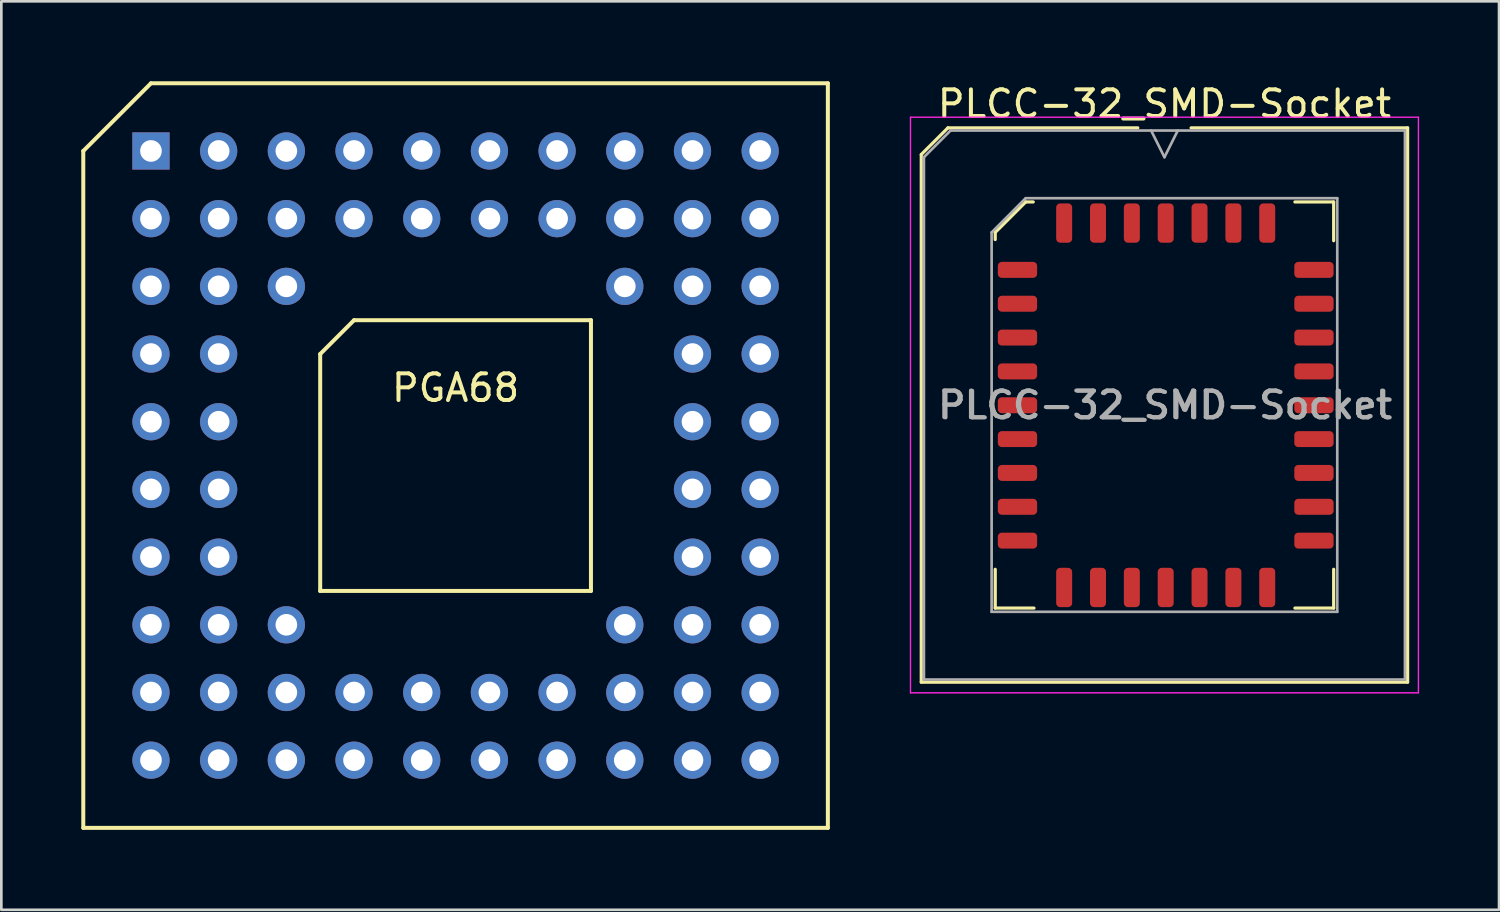
<source format=kicad_pcb>
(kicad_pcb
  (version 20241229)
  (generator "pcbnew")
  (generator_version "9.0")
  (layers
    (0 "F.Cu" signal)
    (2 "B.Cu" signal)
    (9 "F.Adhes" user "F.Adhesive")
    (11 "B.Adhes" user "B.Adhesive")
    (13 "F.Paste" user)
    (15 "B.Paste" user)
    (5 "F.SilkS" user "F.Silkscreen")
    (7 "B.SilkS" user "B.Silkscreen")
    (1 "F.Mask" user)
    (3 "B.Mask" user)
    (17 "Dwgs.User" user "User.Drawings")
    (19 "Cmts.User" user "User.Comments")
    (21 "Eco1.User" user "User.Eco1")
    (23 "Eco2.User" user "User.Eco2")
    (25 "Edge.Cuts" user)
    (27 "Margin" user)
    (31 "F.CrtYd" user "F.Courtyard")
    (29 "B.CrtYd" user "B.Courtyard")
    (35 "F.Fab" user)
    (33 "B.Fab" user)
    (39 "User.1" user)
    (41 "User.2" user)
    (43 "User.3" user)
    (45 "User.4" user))
  (footprint "PLCC-32_SMD-Socket"
    (layer "F.Cu")
    (at 41.915 7.068)
    (property "Reference" "PLCC-32_SMD-Socket" (at -1.27 -6.22 0) (layer "F.SilkS") (effects (font (size 1 1) (thickness 0.15))))
    (attr through_hole)
    (fp_line (start -10.395 -4.32) (end -10.395 15.48) (stroke (width 0.12) (type solid)) (layer "F.SilkS"))
    (fp_line (start -10.395 15.48) (end 7.855 15.48) (stroke (width 0.12) (type solid)) (layer "F.SilkS"))
    (fp_line (start -9.395 -5.32) (end -10.395 -4.32) (stroke (width 0.12) (type solid)) (layer "F.SilkS"))
    (fp_line (start -7.62 -1.411) (end -7.62 -1.129) (stroke (width 0.12) (type solid)) (layer "F.SilkS"))
    (fp_line (start -7.62 12.7) (end -7.62 11.245) (stroke (width 0.12) (type solid)) (layer "F.SilkS"))
    (fp_line (start -6.477 -2.54) (end -7.62 -1.397) (stroke (width 0.12) (type solid)) (layer "F.SilkS"))
    (fp_line (start -6.194 -2.54) (end -6.477 -2.54) (stroke (width 0.12) (type solid)) (layer "F.SilkS"))
    (fp_line (start -6.165 12.7) (end -7.62 12.7) (stroke (width 0.12) (type solid)) (layer "F.SilkS"))
    (fp_line (start -2.27 -5.32) (end -9.395 -5.32) (stroke (width 0.12) (type solid)) (layer "F.SilkS"))
    (fp_line (start 3.625 -2.54) (end 5.08 -2.54) (stroke (width 0.12) (type solid)) (layer "F.SilkS"))
    (fp_line (start 3.625 12.7) (end 5.08 12.7) (stroke (width 0.12) (type solid)) (layer "F.SilkS"))
    (fp_line (start 5.08 -2.54) (end 5.08 -1.085) (stroke (width 0.12) (type solid)) (layer "F.SilkS"))
    (fp_line (start 5.08 12.7) (end 5.08 11.245) (stroke (width 0.12) (type solid)) (layer "F.SilkS"))
    (fp_line (start 7.855 -5.32) (end -0.27 -5.32) (stroke (width 0.12) (type solid)) (layer "F.SilkS"))
    (fp_line (start 7.855 15.48) (end 7.855 -5.32) (stroke (width 0.12) (type solid)) (layer "F.SilkS"))
    (fp_line (start -10.8 -5.72) (end -10.8 15.88) (stroke (width 0.05) (type solid)) (layer "F.CrtYd"))
    (fp_line (start -10.8 15.88) (end 8.26 15.88) (stroke (width 0.05) (type solid)) (layer "F.CrtYd"))
    (fp_line (start 8.26 -5.72) (end -10.8 -5.72) (stroke (width 0.05) (type solid)) (layer "F.CrtYd"))
    (fp_line (start 8.26 15.88) (end 8.26 -5.72) (stroke (width 0.05) (type solid)) (layer "F.CrtYd"))
    (fp_line (start -10.295 -4.22) (end -10.295 15.38) (stroke (width 0.1) (type solid)) (layer "F.Fab"))
    (fp_line (start -10.295 15.38) (end 7.755 15.38) (stroke (width 0.1) (type solid)) (layer "F.Fab"))
    (fp_line (start -9.295 -5.22) (end -10.295 -4.22) (stroke (width 0.1) (type solid)) (layer "F.Fab"))
    (fp_line (start -7.755 -1.397) (end -7.755 12.84) (stroke (width 0.1) (type solid)) (layer "F.Fab"))
    (fp_line (start -7.755 -1.397) (end -6.477 -2.68) (stroke (width 0.1) (type solid)) (layer "F.Fab"))
    (fp_line (start -7.755 12.84) (end 5.215 12.84) (stroke (width 0.1) (type solid)) (layer "F.Fab"))
    (fp_line (start -1.77 -5.22) (end -1.27 -4.22) (stroke (width 0.1) (type solid)) (layer "F.Fab"))
    (fp_line (start -1.27 -4.22) (end -0.77 -5.22) (stroke (width 0.1) (type solid)) (layer "F.Fab"))
    (fp_line (start 5.215 -2.68) (end -6.477 -2.68) (stroke (width 0.1) (type solid)) (layer "F.Fab"))
    (fp_line (start 5.215 12.84) (end 5.215 -2.68) (stroke (width 0.1) (type solid)) (layer "F.Fab"))
    (fp_line (start 7.755 -5.22) (end -9.295 -5.22) (stroke (width 0.1) (type solid)) (layer "F.Fab"))
    (fp_line (start 7.755 15.38) (end 7.755 -5.22) (stroke (width 0.1) (type solid)) (layer "F.Fab"))
    (fp_text user "${REFERENCE}" (at -1.27 5.08 0) (layer "F.Fab") (effects (font (size 1 1) (thickness 0.15))))
    (fp_text user "${REFERENCE}" (at -1.223 5.089 0) (layer "F.Fab") (effects (font (size 1 1) (thickness 0.15))))
    (pad "1" smd roundrect (at -1.223 -1.748) (size 0.6 1.475) (layers "F.Cu" "F.Mask" "F.Paste") (roundrect_rratio 0.25))
    (pad "2" smd roundrect (at -2.493 -1.748) (size 0.6 1.475) (layers "F.Cu" "F.Mask" "F.Paste") (roundrect_rratio 0.25))
    (pad "3" smd roundrect (at -3.763 -1.748) (size 0.6 1.475) (layers "F.Cu" "F.Mask" "F.Paste") (roundrect_rratio 0.25))
    (pad "4" smd roundrect (at -5.033 -1.748) (size 0.6 1.475) (layers "F.Cu" "F.Mask" "F.Paste") (roundrect_rratio 0.25))
    (pad "5" smd roundrect (at -6.785 0.009) (size 1.475 0.6) (layers "F.Cu" "F.Mask" "F.Paste") (roundrect_rratio 0.25))
    (pad "6" smd roundrect (at -6.785 1.279) (size 1.475 0.6) (layers "F.Cu" "F.Mask" "F.Paste") (roundrect_rratio 0.25))
    (pad "7" smd roundrect (at -6.785 2.549) (size 1.475 0.6) (layers "F.Cu" "F.Mask" "F.Paste") (roundrect_rratio 0.25))
    (pad "8" smd roundrect (at -6.785 3.819) (size 1.475 0.6) (layers "F.Cu" "F.Mask" "F.Paste") (roundrect_rratio 0.25))
    (pad "9" smd roundrect (at -6.785 5.089) (size 1.475 0.6) (layers "F.Cu" "F.Mask" "F.Paste") (roundrect_rratio 0.25))
    (pad "10" smd roundrect (at -6.785 6.359) (size 1.475 0.6) (layers "F.Cu" "F.Mask" "F.Paste") (roundrect_rratio 0.25))
    (pad "11" smd roundrect (at -6.785 7.629) (size 1.475 0.6) (layers "F.Cu" "F.Mask" "F.Paste") (roundrect_rratio 0.25))
    (pad "12" smd roundrect (at -6.785 8.899) (size 1.475 0.6) (layers "F.Cu" "F.Mask" "F.Paste") (roundrect_rratio 0.25))
    (pad "13" smd roundrect (at -6.785 10.169) (size 1.475 0.6) (layers "F.Cu" "F.Mask" "F.Paste") (roundrect_rratio 0.25))
    (pad "14" smd roundrect (at -5.033 11.927) (size 0.6 1.475) (layers "F.Cu" "F.Mask" "F.Paste") (roundrect_rratio 0.25))
    (pad "15" smd roundrect (at -3.763 11.927) (size 0.6 1.475) (layers "F.Cu" "F.Mask" "F.Paste") (roundrect_rratio 0.25))
    (pad "16" smd roundrect (at -2.493 11.927) (size 0.6 1.475) (layers "F.Cu" "F.Mask" "F.Paste") (roundrect_rratio 0.25))
    (pad "17" smd roundrect (at -1.223 11.927) (size 0.6 1.475) (layers "F.Cu" "F.Mask" "F.Paste") (roundrect_rratio 0.25))
    (pad "18" smd roundrect (at 0.047 11.927) (size 0.6 1.475) (layers "F.Cu" "F.Mask" "F.Paste") (roundrect_rratio 0.25))
    (pad "19" smd roundrect (at 1.317 11.927) (size 0.6 1.475) (layers "F.Cu" "F.Mask" "F.Paste") (roundrect_rratio 0.25))
    (pad "20" smd roundrect (at 2.587 11.927) (size 0.6 1.475) (layers "F.Cu" "F.Mask" "F.Paste") (roundrect_rratio 0.25))
    (pad "21" smd roundrect (at 4.34 10.169) (size 1.475 0.6) (layers "F.Cu" "F.Mask" "F.Paste") (roundrect_rratio 0.25))
    (pad "22" smd roundrect (at 4.34 8.899) (size 1.475 0.6) (layers "F.Cu" "F.Mask" "F.Paste") (roundrect_rratio 0.25))
    (pad "23" smd roundrect (at 4.34 7.629) (size 1.475 0.6) (layers "F.Cu" "F.Mask" "F.Paste") (roundrect_rratio 0.25))
    (pad "24" smd roundrect (at 4.34 6.359) (size 1.475 0.6) (layers "F.Cu" "F.Mask" "F.Paste") (roundrect_rratio 0.25))
    (pad "25" smd roundrect (at 4.34 5.089) (size 1.475 0.6) (layers "F.Cu" "F.Mask" "F.Paste") (roundrect_rratio 0.25))
    (pad "26" smd roundrect (at 4.34 3.819) (size 1.475 0.6) (layers "F.Cu" "F.Mask" "F.Paste") (roundrect_rratio 0.25))
    (pad "27" smd roundrect (at 4.34 2.549) (size 1.475 0.6) (layers "F.Cu" "F.Mask" "F.Paste") (roundrect_rratio 0.25))
    (pad "28" smd roundrect (at 4.34 1.279) (size 1.475 0.6) (layers "F.Cu" "F.Mask" "F.Paste") (roundrect_rratio 0.25))
    (pad "29" smd roundrect (at 4.34 0.009) (size 1.475 0.6) (layers "F.Cu" "F.Mask" "F.Paste") (roundrect_rratio 0.25))
    (pad "30" smd roundrect (at 2.587 -1.748) (size 0.6 1.475) (layers "F.Cu" "F.Mask" "F.Paste") (roundrect_rratio 0.25))
    (pad "31" smd roundrect (at 1.317 -1.748) (size 0.6 1.475) (layers "F.Cu" "F.Mask" "F.Paste") (roundrect_rratio 0.25))
    (pad "32" smd roundrect (at 0.047 -1.748) (size 0.6 1.475) (layers "F.Cu" "F.Mask" "F.Paste") (roundrect_rratio 0.25)))
  (footprint "PGA68"
    (layer "F.Cu")
    (at 14.045 14.045)
    (property "Reference" "PGA68" (at 0 -2.54 0) (layer "F.SilkS") (effects (font (size 1 1) (thickness 0.15))))
    (attr through_hole)
    (fp_line (start -13.97 13.97) (end -13.97 -11.43) (stroke (width 0.15) (type solid)) (layer "F.SilkS"))
    (fp_line (start -11.43 -13.97) (end -13.97 -11.43) (stroke (width 0.15) (type default)) (layer "F.SilkS"))
    (fp_line (start -11.43 -13.97) (end 13.97 -13.97) (stroke (width 0.15) (type solid)) (layer "F.SilkS"))
    (fp_line (start -5.08 -3.81) (end -3.81 -5.08) (stroke (width 0.15) (type solid)) (layer "F.SilkS"))
    (fp_line (start -5.08 5.08) (end -5.08 -3.81) (stroke (width 0.15) (type solid)) (layer "F.SilkS"))
    (fp_line (start -3.81 -5.08) (end 5.08 -5.08) (stroke (width 0.15) (type solid)) (layer "F.SilkS"))
    (fp_line (start 5.08 -5.08) (end 5.08 5.08) (stroke (width 0.15) (type solid)) (layer "F.SilkS"))
    (fp_line (start 5.08 5.08) (end -5.08 5.08) (stroke (width 0.15) (type solid)) (layer "F.SilkS"))
    (fp_line (start 13.97 -13.97) (end 13.97 13.97) (stroke (width 0.15) (type solid)) (layer "F.SilkS"))
    (fp_line (start 13.97 13.97) (end -13.97 13.97) (stroke (width 0.15) (type solid)) (layer "F.SilkS"))
    (pad "A1" thru_hole rect (at -11.43 -11.43) (size 1.397 1.397) (drill 0.813) (layers "*.Cu" "*.Mask"))
    (pad "A2" thru_hole circle (at -8.89 -11.43) (size 1.397 1.397) (drill 0.813) (layers "*.Cu" "*.Mask"))
    (pad "A3" thru_hole circle (at -6.35 -11.43) (size 1.397 1.397) (drill 0.813) (layers "*.Cu" "*.Mask"))
    (pad "A4" thru_hole circle (at -3.81 -11.43) (size 1.397 1.397) (drill 0.813) (layers "*.Cu" "*.Mask"))
    (pad "A5" thru_hole circle (at -1.27 -11.43) (size 1.397 1.397) (drill 0.813) (layers "*.Cu" "*.Mask"))
    (pad "A6" thru_hole circle (at 1.27 -11.43) (size 1.397 1.397) (drill 0.813) (layers "*.Cu" "*.Mask"))
    (pad "A7" thru_hole circle (at 3.81 -11.43) (size 1.397 1.397) (drill 0.813) (layers "*.Cu" "*.Mask"))
    (pad "A8" thru_hole circle (at 6.35 -11.43) (size 1.397 1.397) (drill 0.813) (layers "*.Cu" "*.Mask"))
    (pad "A9" thru_hole circle (at 8.89 -11.43) (size 1.397 1.397) (drill 0.813) (layers "*.Cu" "*.Mask"))
    (pad "A10" thru_hole circle (at 11.43 -11.43) (size 1.397 1.397) (drill 0.813) (layers "*.Cu" "*.Mask"))
    (pad "B1" thru_hole circle (at -11.43 -8.89) (size 1.397 1.397) (drill 0.813) (layers "*.Cu" "*.Mask"))
    (pad "B2" thru_hole circle (at -8.89 -8.89) (size 1.397 1.397) (drill 0.813) (layers "*.Cu" "*.Mask"))
    (pad "B3" thru_hole circle (at -6.35 -8.89) (size 1.397 1.397) (drill 0.813) (layers "*.Cu" "*.Mask"))
    (pad "B4" thru_hole circle (at -3.81 -8.89) (size 1.397 1.397) (drill 0.813) (layers "*.Cu" "*.Mask"))
    (pad "B5" thru_hole circle (at -1.27 -8.89) (size 1.397 1.397) (drill 0.813) (layers "*.Cu" "*.Mask"))
    (pad "B6" thru_hole circle (at 1.27 -8.89) (size 1.397 1.397) (drill 0.813) (layers "*.Cu" "*.Mask"))
    (pad "B7" thru_hole circle (at 3.81 -8.89) (size 1.397 1.397) (drill 0.813) (layers "*.Cu" "*.Mask"))
    (pad "B8" thru_hole circle (at 6.35 -8.89) (size 1.397 1.397) (drill 0.813) (layers "*.Cu" "*.Mask"))
    (pad "B9" thru_hole circle (at 8.89 -8.89) (size 1.397 1.397) (drill 0.813) (layers "*.Cu" "*.Mask"))
    (pad "B10" thru_hole circle (at 11.43 -8.89) (size 1.397 1.397) (drill 0.813) (layers "*.Cu" "*.Mask"))
    (pad "C1" thru_hole circle (at -11.43 -6.35) (size 1.397 1.397) (drill 0.813) (layers "*.Cu" "*.Mask"))
    (pad "C2" thru_hole circle (at -8.89 -6.35) (size 1.397 1.397) (drill 0.813) (layers "*.Cu" "*.Mask"))
    (pad "C3" thru_hole circle (at -6.35 -6.35) (size 1.397 1.397) (drill 0.813) (layers "*.Cu" "*.Mask"))
    (pad "C8" thru_hole circle (at 6.35 -6.35) (size 1.397 1.397) (drill 0.813) (layers "*.Cu" "*.Mask"))
    (pad "C9" thru_hole circle (at 8.89 -6.35) (size 1.397 1.397) (drill 0.813) (layers "*.Cu" "*.Mask"))
    (pad "C10" thru_hole circle (at 11.43 -6.35) (size 1.397 1.397) (drill 0.813) (layers "*.Cu" "*.Mask"))
    (pad "D1" thru_hole circle (at -11.43 -3.81) (size 1.397 1.397) (drill 0.813) (layers "*.Cu" "*.Mask"))
    (pad "D2" thru_hole circle (at -8.89 -3.81) (size 1.397 1.397) (drill 0.813) (layers "*.Cu" "*.Mask"))
    (pad "D9" thru_hole circle (at 8.89 -3.81) (size 1.397 1.397) (drill 0.813) (layers "*.Cu" "*.Mask"))
    (pad "D10" thru_hole circle (at 11.43 -3.81) (size 1.397 1.397) (drill 0.813) (layers "*.Cu" "*.Mask"))
    (pad "E1" thru_hole circle (at -11.43 -1.27) (size 1.397 1.397) (drill 0.813) (layers "*.Cu" "*.Mask"))
    (pad "E2" thru_hole circle (at -8.89 -1.27) (size 1.397 1.397) (drill 0.813) (layers "*.Cu" "*.Mask"))
    (pad "E9" thru_hole circle (at 8.89 -1.27) (size 1.397 1.397) (drill 0.813) (layers "*.Cu" "*.Mask"))
    (pad "E10" thru_hole circle (at 11.43 -1.27) (size 1.397 1.397) (drill 0.813) (layers "*.Cu" "*.Mask"))
    (pad "F1" thru_hole circle (at -11.43 1.27) (size 1.397 1.397) (drill 0.813) (layers "*.Cu" "*.Mask"))
    (pad "F2" thru_hole circle (at -8.89 1.27) (size 1.397 1.397) (drill 0.813) (layers "*.Cu" "*.Mask"))
    (pad "F9" thru_hole circle (at 8.89 1.27) (size 1.397 1.397) (drill 0.813) (layers "*.Cu" "*.Mask"))
    (pad "F10" thru_hole circle (at 11.43 1.27) (size 1.397 1.397) (drill 0.813) (layers "*.Cu" "*.Mask"))
    (pad "G1" thru_hole circle (at -11.43 3.81) (size 1.397 1.397) (drill 0.813) (layers "*.Cu" "*.Mask"))
    (pad "G2" thru_hole circle (at -8.89 3.81) (size 1.397 1.397) (drill 0.813) (layers "*.Cu" "*.Mask"))
    (pad "G9" thru_hole circle (at 8.89 3.81) (size 1.397 1.397) (drill 0.813) (layers "*.Cu" "*.Mask"))
    (pad "G10" thru_hole circle (at 11.43 3.81) (size 1.397 1.397) (drill 0.813) (layers "*.Cu" "*.Mask"))
    (pad "H1" thru_hole circle (at -11.43 6.35) (size 1.397 1.397) (drill 0.813) (layers "*.Cu" "*.Mask"))
    (pad "H2" thru_hole circle (at -8.89 6.35) (size 1.397 1.397) (drill 0.813) (layers "*.Cu" "*.Mask"))
    (pad "H3" thru_hole circle (at -6.35 6.35) (size 1.397 1.397) (drill 0.813) (layers "*.Cu" "*.Mask"))
    (pad "H8" thru_hole circle (at 6.35 6.35) (size 1.397 1.397) (drill 0.813) (layers "*.Cu" "*.Mask"))
    (pad "H9" thru_hole circle (at 8.89 6.35) (size 1.397 1.397) (drill 0.813) (layers "*.Cu" "*.Mask"))
    (pad "H10" thru_hole circle (at 11.43 6.35) (size 1.397 1.397) (drill 0.813) (layers "*.Cu" "*.Mask"))
    (pad "J1" thru_hole circle (at -11.43 8.89) (size 1.397 1.397) (drill 0.813) (layers "*.Cu" "*.Mask"))
    (pad "J2" thru_hole circle (at -8.89 8.89) (size 1.397 1.397) (drill 0.813) (layers "*.Cu" "*.Mask"))
    (pad "J3" thru_hole circle (at -6.35 8.89) (size 1.397 1.397) (drill 0.813) (layers "*.Cu" "*.Mask"))
    (pad "J4" thru_hole circle (at -3.81 8.89) (size 1.397 1.397) (drill 0.813) (layers "*.Cu" "*.Mask"))
    (pad "J5" thru_hole circle (at -1.27 8.89) (size 1.397 1.397) (drill 0.813) (layers "*.Cu" "*.Mask"))
    (pad "J6" thru_hole circle (at 1.27 8.89) (size 1.397 1.397) (drill 0.813) (layers "*.Cu" "*.Mask"))
    (pad "J7" thru_hole circle (at 3.81 8.89) (size 1.397 1.397) (drill 0.813) (layers "*.Cu" "*.Mask"))
    (pad "J8" thru_hole circle (at 6.35 8.89) (size 1.397 1.397) (drill 0.813) (layers "*.Cu" "*.Mask"))
    (pad "J9" thru_hole circle (at 8.89 8.89) (size 1.397 1.397) (drill 0.813) (layers "*.Cu" "*.Mask"))
    (pad "J10" thru_hole circle (at 11.43 8.89) (size 1.397 1.397) (drill 0.813) (layers "*.Cu" "*.Mask"))
    (pad "K1" thru_hole circle (at -11.43 11.43) (size 1.397 1.397) (drill 0.813) (layers "*.Cu" "*.Mask"))
    (pad "K2" thru_hole circle (at -8.89 11.43) (size 1.397 1.397) (drill 0.813) (layers "*.Cu" "*.Mask"))
    (pad "K3" thru_hole circle (at -6.35 11.43) (size 1.397 1.397) (drill 0.813) (layers "*.Cu" "*.Mask"))
    (pad "K4" thru_hole circle (at -3.81 11.43) (size 1.397 1.397) (drill 0.813) (layers "*.Cu" "*.Mask"))
    (pad "K5" thru_hole circle (at -1.27 11.43) (size 1.397 1.397) (drill 0.813) (layers "*.Cu" "*.Mask"))
    (pad "K6" thru_hole circle (at 1.27 11.43) (size 1.397 1.397) (drill 0.813) (layers "*.Cu" "*.Mask"))
    (pad "K7" thru_hole circle (at 3.81 11.43) (size 1.397 1.397) (drill 0.813) (layers "*.Cu" "*.Mask"))
    (pad "K8" thru_hole circle (at 6.35 11.43) (size 1.397 1.397) (drill 0.813) (layers "*.Cu" "*.Mask"))
    (pad "K9" thru_hole circle (at 8.89 11.43) (size 1.397 1.397) (drill 0.813) (layers "*.Cu" "*.Mask"))
    (pad "K10" thru_hole circle (at 11.43 11.43) (size 1.397 1.397) (drill 0.813) (layers "*.Cu" "*.Mask")))
  (gr_rect
    (start -3 -3)
    (end 53.2 31.09)
    (stroke (width 0.1) (type default))
    (fill no)
    (layer "Edge.Cuts")))
</source>
